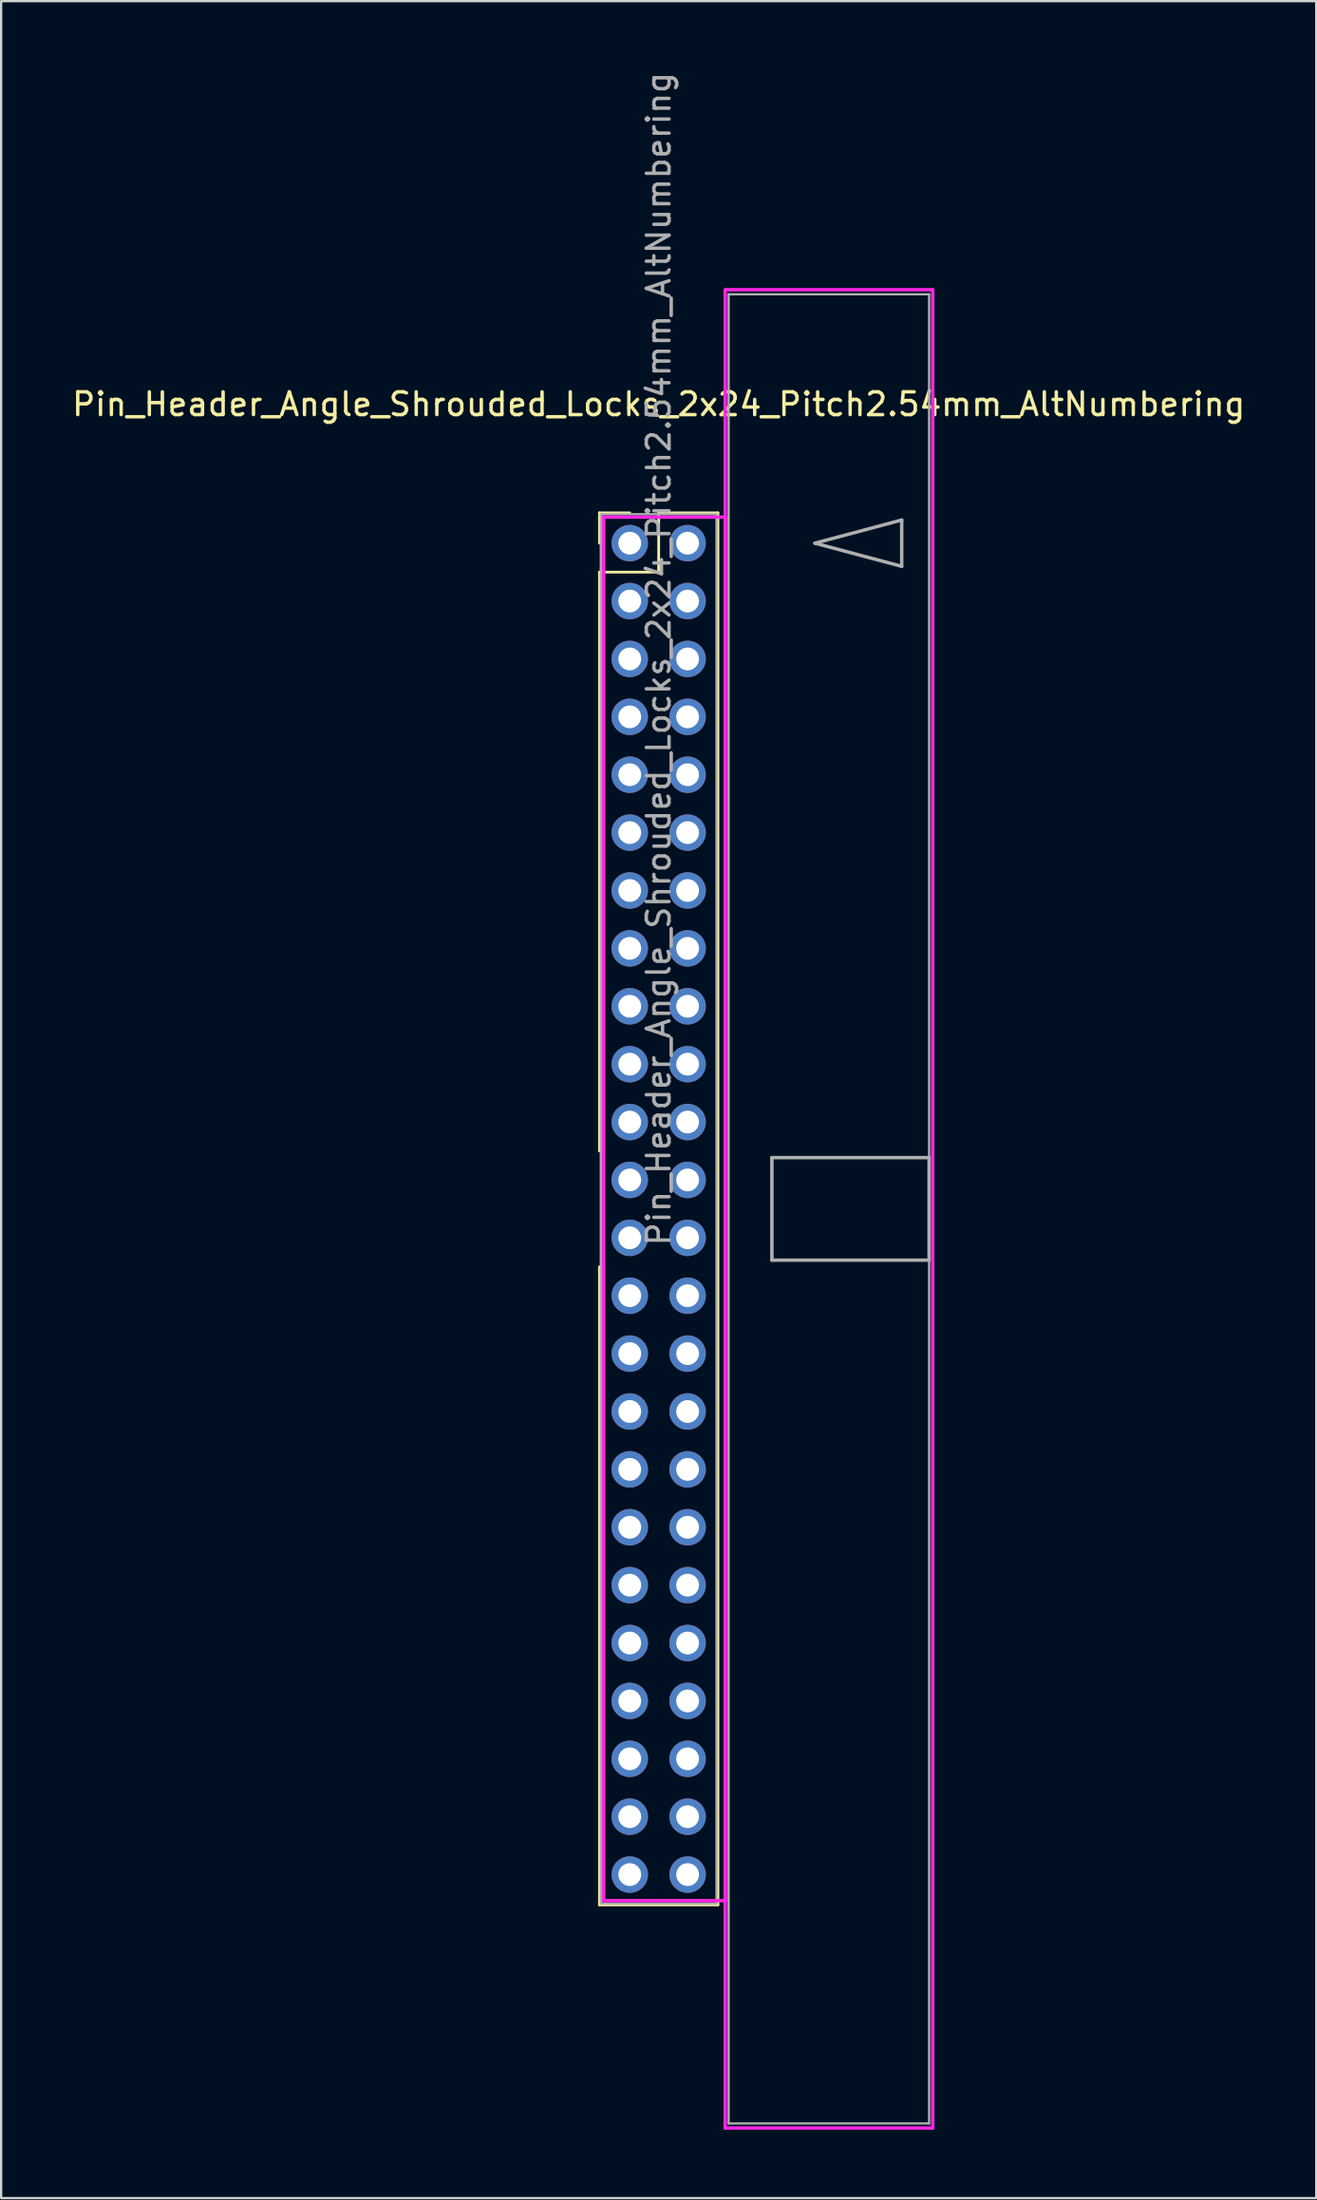
<source format=kicad_pcb>
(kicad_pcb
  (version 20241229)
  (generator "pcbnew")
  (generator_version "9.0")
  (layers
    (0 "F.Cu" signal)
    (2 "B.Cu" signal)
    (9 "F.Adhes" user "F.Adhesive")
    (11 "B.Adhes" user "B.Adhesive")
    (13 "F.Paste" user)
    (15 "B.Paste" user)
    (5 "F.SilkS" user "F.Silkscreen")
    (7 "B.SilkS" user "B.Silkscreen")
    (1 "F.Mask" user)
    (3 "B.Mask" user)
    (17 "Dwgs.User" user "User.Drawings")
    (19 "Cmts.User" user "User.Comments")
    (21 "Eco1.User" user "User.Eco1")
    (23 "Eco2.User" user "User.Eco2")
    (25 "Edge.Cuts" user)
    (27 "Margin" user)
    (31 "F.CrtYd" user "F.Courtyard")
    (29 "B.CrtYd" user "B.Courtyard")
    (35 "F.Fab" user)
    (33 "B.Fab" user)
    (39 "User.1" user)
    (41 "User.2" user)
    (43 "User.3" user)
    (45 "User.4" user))
  (footprint "Pin_Header_Angle_Shrouded_Locks_2x24_Pitch2.54mm_AltNumbering"
    (layer "F.Cu")
    (at 24.593 20.783)
    (property "Reference" "Pin_Header_Angle_Shrouded_Locks_2x24_Pitch2.54mm_AltNumbering" (at 1.27 -6.096 0) (layer "F.SilkS") (effects (font (size 1 1) (thickness 0.15))))
    (attr through_hole)
    (fp_line (start -1.33 -1.33) (end 0 -1.33) (stroke (width 0.12) (type solid)) (layer "F.SilkS"))
    (fp_line (start -1.33 0) (end -1.33 -1.33) (stroke (width 0.12) (type solid)) (layer "F.SilkS"))
    (fp_line (start -1.33 1.27) (end -1.33 26.67) (stroke (width 0.12) (type solid)) (layer "F.SilkS"))
    (fp_line (start -1.33 1.27) (end 1.27 1.27) (stroke (width 0.12) (type solid)) (layer "F.SilkS"))
    (fp_line (start -1.33 31.75) (end -1.33 59.75) (stroke (width 0.12) (type solid)) (layer "F.SilkS"))
    (fp_line (start -1.33 59.75) (end 3.87 59.75) (stroke (width 0.12) (type solid)) (layer "F.SilkS"))
    (fp_line (start 1.27 -1.33) (end 3.87 -1.33) (stroke (width 0.12) (type solid)) (layer "F.SilkS"))
    (fp_line (start 1.27 1.27) (end 1.27 -1.33) (stroke (width 0.12) (type solid)) (layer "F.SilkS"))
    (fp_line (start 3.87 -1.33) (end 3.87 59.75) (stroke (width 0.12) (type solid)) (layer "F.SilkS"))
    (fp_line (start -1.143 -1.143) (end -1.143 59.563) (stroke (width 0.15) (type solid)) (layer "F.CrtYd"))
    (fp_line (start -1.143 59.563) (end 4.19 59.563) (stroke (width 0.15) (type solid)) (layer "F.CrtYd"))
    (fp_line (start 4.19 -11.12) (end 4.19 69.54) (stroke (width 0.15) (type solid)) (layer "F.CrtYd"))
    (fp_line (start 4.19 -1.143) (end -1.143 -1.143) (stroke (width 0.15) (type solid)) (layer "F.CrtYd"))
    (fp_line (start 4.19 59.563) (end 4.19 -1.143) (stroke (width 0.15) (type solid)) (layer "F.CrtYd"))
    (fp_line (start 4.19 69.54) (end 13.3 69.54) (stroke (width 0.15) (type solid)) (layer "F.CrtYd"))
    (fp_line (start 13.3 -11.12) (end 4.19 -11.12) (stroke (width 0.15) (type solid)) (layer "F.CrtYd"))
    (fp_line (start 13.3 69.54) (end 13.3 -11.12) (stroke (width 0.15) (type solid)) (layer "F.CrtYd"))
    (fp_line (start -1.27 -1.27) (end -1.27 59.69) (stroke (width 0.1) (type solid)) (layer "F.Fab"))
    (fp_line (start -1.27 59.69) (end 3.81 59.69) (stroke (width 0.1) (type solid)) (layer "F.Fab"))
    (fp_line (start 3.81 -1.27) (end -1.27 -1.27) (stroke (width 0.1) (type solid)) (layer "F.Fab"))
    (fp_line (start 3.81 59.69) (end 3.81 -1.27) (stroke (width 0.1) (type solid)) (layer "F.Fab"))
    (fp_line (start 4.34 -10.92) (end 4.34 69.34) (stroke (width 0.1) (type solid)) (layer "F.Fab"))
    (fp_line (start 4.34 69.34) (end 13.14 69.34) (stroke (width 0.1) (type solid)) (layer "F.Fab"))
    (fp_line (start 6.24 26.96) (end 6.24 31.46) (stroke (width 0.15) (type solid)) (layer "F.Fab"))
    (fp_line (start 6.24 31.46) (end 13.14 31.46) (stroke (width 0.15) (type solid)) (layer "F.Fab"))
    (fp_line (start 8.128 0) (end 11.938 -1.016) (stroke (width 0.15) (type solid)) (layer "F.Fab"))
    (fp_line (start 11.938 -1.016) (end 11.938 1.016) (stroke (width 0.15) (type solid)) (layer "F.Fab"))
    (fp_line (start 11.938 1.016) (end 8.128 0) (stroke (width 0.15) (type solid)) (layer "F.Fab"))
    (fp_line (start 13.14 -10.92) (end 4.34 -10.92) (stroke (width 0.1) (type solid)) (layer "F.Fab"))
    (fp_line (start 13.14 26.96) (end 6.24 26.96) (stroke (width 0.15) (type solid)) (layer "F.Fab"))
    (fp_line (start 13.14 31.46) (end 13.14 26.96) (stroke (width 0.15) (type solid)) (layer "F.Fab"))
    (fp_line (start 13.14 69.34) (end 13.14 -10.92) (stroke (width 0.1) (type solid)) (layer "F.Fab"))
    (fp_text user "${REFERENCE}" (at 1.27 5.08 90) (layer "F.Fab") (effects (font (size 1 1) (thickness 0.15))))
    (pad "1" thru_hole oval (at 0 0) (size 1.6 1.6) (drill 1) (layers "*.Cu" "*.Mask"))
    (pad "2" thru_hole oval (at 0 2.54) (size 1.6 1.6) (drill 1) (layers "*.Cu" "*.Mask"))
    (pad "3" thru_hole oval (at 0 5.08) (size 1.6 1.6) (drill 1) (layers "*.Cu" "*.Mask"))
    (pad "4" thru_hole oval (at 0 7.62) (size 1.6 1.6) (drill 1) (layers "*.Cu" "*.Mask"))
    (pad "5" thru_hole oval (at 0 10.16) (size 1.6 1.6) (drill 1) (layers "*.Cu" "*.Mask"))
    (pad "6" thru_hole oval (at 0 12.7) (size 1.6 1.6) (drill 1) (layers "*.Cu" "*.Mask"))
    (pad "7" thru_hole oval (at 0 15.24) (size 1.6 1.6) (drill 1) (layers "*.Cu" "*.Mask"))
    (pad "8" thru_hole oval (at 0 17.78) (size 1.6 1.6) (drill 1) (layers "*.Cu" "*.Mask"))
    (pad "9" thru_hole oval (at 0 20.32) (size 1.6 1.6) (drill 1) (layers "*.Cu" "*.Mask"))
    (pad "10" thru_hole oval (at 0 22.86) (size 1.6 1.6) (drill 1) (layers "*.Cu" "*.Mask"))
    (pad "11" thru_hole oval (at 0 25.4) (size 1.6 1.6) (drill 1) (layers "*.Cu" "*.Mask"))
    (pad "12" thru_hole oval (at 0 27.94) (size 1.6 1.6) (drill 1) (layers "*.Cu" "*.Mask"))
    (pad "13" thru_hole oval (at 0 30.48) (size 1.6 1.6) (drill 1) (layers "*.Cu" "*.Mask"))
    (pad "14" thru_hole oval (at 0 33.02) (size 1.6 1.6) (drill 1) (layers "*.Cu" "*.Mask"))
    (pad "15" thru_hole oval (at 0 35.56) (size 1.6 1.6) (drill 1) (layers "*.Cu" "*.Mask"))
    (pad "16" thru_hole oval (at 0 38.1) (size 1.6 1.6) (drill 1) (layers "*.Cu" "*.Mask"))
    (pad "17" thru_hole oval (at 0 40.64) (size 1.6 1.6) (drill 1) (layers "*.Cu" "*.Mask"))
    (pad "18" thru_hole oval (at 0 43.18) (size 1.6 1.6) (drill 1) (layers "*.Cu" "*.Mask"))
    (pad "19" thru_hole oval (at 0 45.72) (size 1.6 1.6) (drill 1) (layers "*.Cu" "*.Mask"))
    (pad "20" thru_hole oval (at 0 48.26) (size 1.6 1.6) (drill 1) (layers "*.Cu" "*.Mask"))
    (pad "21" thru_hole oval (at 0 50.8) (size 1.6 1.6) (drill 1) (layers "*.Cu" "*.Mask"))
    (pad "22" thru_hole oval (at 0 53.34) (size 1.6 1.6) (drill 1) (layers "*.Cu" "*.Mask"))
    (pad "23" thru_hole oval (at 0 55.88) (size 1.6 1.6) (drill 1) (layers "*.Cu" "*.Mask"))
    (pad "24" thru_hole oval (at 0 58.42) (size 1.6 1.6) (drill 1) (layers "*.Cu" "*.Mask"))
    (pad "25" thru_hole oval (at 2.54 0) (size 1.6 1.6) (drill 1) (layers "*.Cu" "*.Mask"))
    (pad "26" thru_hole oval (at 2.54 2.54) (size 1.6 1.6) (drill 1) (layers "*.Cu" "*.Mask"))
    (pad "27" thru_hole oval (at 2.54 5.08) (size 1.6 1.6) (drill 1) (layers "*.Cu" "*.Mask"))
    (pad "28" thru_hole oval (at 2.54 7.62) (size 1.6 1.6) (drill 1) (layers "*.Cu" "*.Mask"))
    (pad "29" thru_hole oval (at 2.54 10.16) (size 1.6 1.6) (drill 1) (layers "*.Cu" "*.Mask"))
    (pad "30" thru_hole oval (at 2.54 12.7) (size 1.6 1.6) (drill 1) (layers "*.Cu" "*.Mask"))
    (pad "31" thru_hole oval (at 2.54 15.24) (size 1.6 1.6) (drill 1) (layers "*.Cu" "*.Mask"))
    (pad "32" thru_hole oval (at 2.54 17.78) (size 1.6 1.6) (drill 1) (layers "*.Cu" "*.Mask"))
    (pad "33" thru_hole oval (at 2.54 20.32) (size 1.6 1.6) (drill 1) (layers "*.Cu" "*.Mask"))
    (pad "34" thru_hole oval (at 2.54 22.86) (size 1.6 1.6) (drill 1) (layers "*.Cu" "*.Mask"))
    (pad "35" thru_hole oval (at 2.54 25.4) (size 1.6 1.6) (drill 1) (layers "*.Cu" "*.Mask"))
    (pad "36" thru_hole oval (at 2.54 27.94) (size 1.6 1.6) (drill 1) (layers "*.Cu" "*.Mask"))
    (pad "37" thru_hole oval (at 2.54 30.48) (size 1.6 1.6) (drill 1) (layers "*.Cu" "*.Mask"))
    (pad "38" thru_hole oval (at 2.54 33.02) (size 1.6 1.6) (drill 1) (layers "*.Cu" "*.Mask"))
    (pad "39" thru_hole oval (at 2.54 35.56) (size 1.6 1.6) (drill 1) (layers "*.Cu" "*.Mask"))
    (pad "40" thru_hole oval (at 2.54 38.1) (size 1.6 1.6) (drill 1) (layers "*.Cu" "*.Mask"))
    (pad "41" thru_hole oval (at 2.54 40.64) (size 1.6 1.6) (drill 1) (layers "*.Cu" "*.Mask"))
    (pad "42" thru_hole oval (at 2.54 43.18) (size 1.6 1.6) (drill 1) (layers "*.Cu" "*.Mask"))
    (pad "43" thru_hole oval (at 2.54 45.72) (size 1.6 1.6) (drill 1) (layers "*.Cu" "*.Mask"))
    (pad "44" thru_hole oval (at 2.54 48.26) (size 1.6 1.6) (drill 1) (layers "*.Cu" "*.Mask"))
    (pad "45" thru_hole oval (at 2.54 50.8) (size 1.6 1.6) (drill 1) (layers "*.Cu" "*.Mask"))
    (pad "46" thru_hole oval (at 2.54 53.34) (size 1.6 1.6) (drill 1) (layers "*.Cu" "*.Mask"))
    (pad "47" thru_hole oval (at 2.54 55.88) (size 1.6 1.6) (drill 1) (layers "*.Cu" "*.Mask"))
    (pad "48" thru_hole oval (at 2.54 58.42) (size 1.6 1.6) (drill 1) (layers "*.Cu" "*.Mask")))
  (gr_rect
    (start -3 -3)
    (end 54.726 93.398)
    (stroke (width 0.1) (type default))
    (fill no)
    (layer "Edge.Cuts")))
</source>
